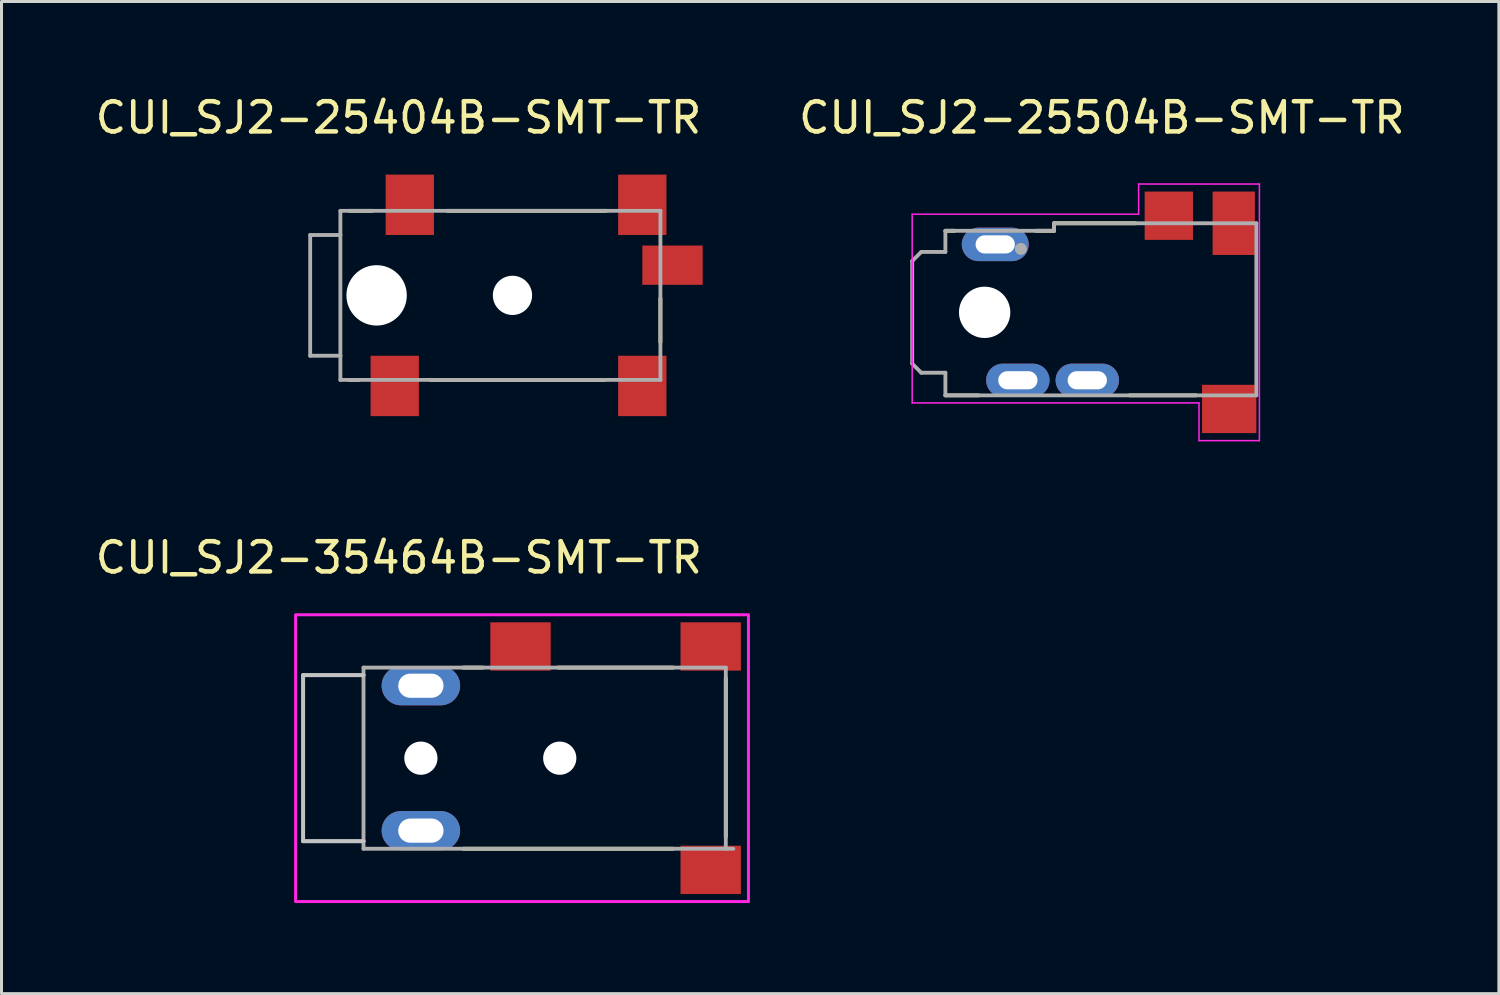
<source format=kicad_pcb>
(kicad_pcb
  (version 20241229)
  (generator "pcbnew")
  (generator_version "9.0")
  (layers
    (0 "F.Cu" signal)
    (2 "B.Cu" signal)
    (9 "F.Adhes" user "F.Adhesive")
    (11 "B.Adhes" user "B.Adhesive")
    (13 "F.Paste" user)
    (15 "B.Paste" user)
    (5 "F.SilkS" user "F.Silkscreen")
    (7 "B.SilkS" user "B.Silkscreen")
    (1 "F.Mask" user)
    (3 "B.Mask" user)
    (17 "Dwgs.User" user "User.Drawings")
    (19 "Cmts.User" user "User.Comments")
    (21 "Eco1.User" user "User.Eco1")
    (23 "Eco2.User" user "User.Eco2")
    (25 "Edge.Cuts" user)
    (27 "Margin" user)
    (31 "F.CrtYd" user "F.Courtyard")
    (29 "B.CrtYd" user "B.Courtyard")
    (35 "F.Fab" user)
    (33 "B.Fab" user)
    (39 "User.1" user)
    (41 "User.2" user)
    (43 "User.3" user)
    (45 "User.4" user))
  (footprint "CUI_SJ2-25504B-SMT-TR"
    (layer "F.Cu")
    (at 33.413 7.295)
    (property "Reference" "CUI_SJ2-25504B-SMT-TR" (at 0.034 -6.447 0) (layer "F.SilkS") (effects (font (size 1 1) (thickness 0.15))))
    (fp_line (start -4.85 -2.7) (end -5.15 -2.7) (stroke (width 0.127) (type solid)) (layer "F.SilkS"))
    (fp_line (start -4.05 2.75) (end -5.15 2.75) (stroke (width 0.127) (type solid)) (layer "F.SilkS"))
    (fp_line (start -1.55 -2.95) (end -1.55 -2.7) (stroke (width 0.127) (type solid)) (layer "F.SilkS"))
    (fp_line (start -1.55 -2.95) (end 1.15 -2.95) (stroke (width 0.127) (type solid)) (layer "F.SilkS"))
    (fp_line (start -1.55 -2.7) (end -2.15 -2.7) (stroke (width 0.127) (type solid)) (layer "F.SilkS"))
    (fp_line (start 3.15 2.75) (end 0.95 2.75) (stroke (width 0.127) (type solid)) (layer "F.SilkS"))
    (fp_line (start -6.25 -3.25) (end 1.25 -3.25) (stroke (width 0.05) (type solid)) (layer "F.CrtYd"))
    (fp_line (start -6.25 3) (end -6.25 -3.25) (stroke (width 0.05) (type solid)) (layer "F.CrtYd"))
    (fp_line (start 1.25 -4.25) (end 5.25 -4.25) (stroke (width 0.05) (type solid)) (layer "F.CrtYd"))
    (fp_line (start 1.25 -3.25) (end 1.25 -4.25) (stroke (width 0.05) (type solid)) (layer "F.CrtYd"))
    (fp_line (start 3.25 3) (end -6.25 3) (stroke (width 0.05) (type solid)) (layer "F.CrtYd"))
    (fp_line (start 3.25 4.25) (end 3.25 3) (stroke (width 0.05) (type solid)) (layer "F.CrtYd"))
    (fp_line (start 5.25 -4.25) (end 5.25 4.25) (stroke (width 0.05) (type solid)) (layer "F.CrtYd"))
    (fp_line (start 5.25 4.25) (end 3.25 4.25) (stroke (width 0.05) (type solid)) (layer "F.CrtYd"))
    (fp_line (start -6.25 -1.7) (end -6.25 1.7) (stroke (width 0.127) (type solid)) (layer "F.Fab"))
    (fp_line (start -6.25 -1.7) (end -5.95 -2) (stroke (width 0.127) (type solid)) (layer "F.Fab"))
    (fp_line (start -5.95 2) (end -6.25 1.7) (stroke (width 0.127) (type solid)) (layer "F.Fab"))
    (fp_line (start -5.95 2) (end -5.15 2) (stroke (width 0.127) (type solid)) (layer "F.Fab"))
    (fp_line (start -5.15 -2) (end -5.95 -2) (stroke (width 0.127) (type solid)) (layer "F.Fab"))
    (fp_line (start -5.15 -2) (end -5.15 -2.7) (stroke (width 0.127) (type solid)) (layer "F.Fab"))
    (fp_line (start -5.15 2.75) (end -5.15 2) (stroke (width 0.127) (type solid)) (layer "F.Fab"))
    (fp_line (start -1.55 -2.95) (end -1.55 -2.7) (stroke (width 0.127) (type solid)) (layer "F.Fab"))
    (fp_line (start -1.55 -2.95) (end 5.15 -2.95) (stroke (width 0.127) (type solid)) (layer "F.Fab"))
    (fp_line (start -1.55 -2.7) (end -5.15 -2.7) (stroke (width 0.127) (type solid)) (layer "F.Fab"))
    (fp_line (start 5.15 -2.95) (end 5.15 2.75) (stroke (width 0.127) (type solid)) (layer "F.Fab"))
    (fp_line (start 5.15 2.75) (end -5.15 2.75) (stroke (width 0.127) (type solid)) (layer "F.Fab"))
    (fp_circle (center -2.65 -2.1) (end -2.55 -2.1) (stroke (width 0.2) (type solid)) (fill no) (layer "F.Fab"))
    (pad "" np_thru_hole circle (at -3.85 0) (size 1.7 1.7) (drill 1.7) (layers "*.Cu" "*.Mask"))
    (pad "1" thru_hole oval (at -3.5 -2.25) (size 2.216 1.108) (drill oval 1.3 0.6) (layers "*.Cu" "F.Mask" "F.Paste") (remove_unused_layers yes) (keep_end_layers yes) (zone_layer_connections))
    (pad "2" smd rect (at 2.25 -3.2) (size 1.6 1.6) (layers "F.Cu" "F.Mask" "F.Paste"))
    (pad "3" thru_hole oval (at -0.45 2.25) (size 2.1 1.1) (drill oval 1.3 0.6) (layers "*.Cu" "F.Mask" "F.Paste") (remove_unused_layers yes) (keep_end_layers yes) (zone_layer_connections))
    (pad "4" thru_hole oval (at -2.75 2.25) (size 2.1 1.1) (drill oval 1.3 0.6) (layers "*.Cu" "F.Mask" "F.Paste") (remove_unused_layers yes) (keep_end_layers yes) (zone_layer_connections))
    (pad "5" smd rect (at 4.25 3.2) (size 1.8 1.6) (layers "F.Cu" "F.Mask" "F.Paste"))
    (pad "10" smd rect (at 4.4 -2.95) (size 1.4 2.1) (layers "F.Cu" "F.Mask" "F.Paste")))
  (footprint "CUI_SJ2-35464B-SMT-TR"
    (layer "F.Cu")
    (at 14.99 22.062)
    (property "Reference" "CUI_SJ2-35464B-SMT-TR" (at -4.83 -6.642 0) (layer "F.SilkS") (effects (font (size 1.001 1.001) (thickness 0.15))))
    (fp_line (start -2.7 -3) (end -2.05 -3) (stroke (width 0.127) (type solid)) (layer "F.SilkS"))
    (fp_line (start 0.45 -3) (end 4.25 -3) (stroke (width 0.127) (type solid)) (layer "F.SilkS"))
    (fp_line (start 4.25 3) (end -2.7 3) (stroke (width 0.127) (type solid)) (layer "F.SilkS"))
    (fp_line (start 6 -2.65) (end 6 2.6) (stroke (width 0.127) (type solid)) (layer "F.SilkS"))
    (fp_line (start -8 -2.75) (end -8 2.75) (stroke (width 0.127) (type solid)) (layer "Dwgs.User"))
    (fp_line (start -8 2.75) (end -6 2.75) (stroke (width 0.127) (type solid)) (layer "Dwgs.User"))
    (fp_line (start -6 -2.75) (end -8 -2.75) (stroke (width 0.127) (type solid)) (layer "Dwgs.User"))
    (fp_rect (start -8.25 -4.75) (end 6.75 4.75) (stroke (width 0.1) (type default)) (fill no) (layer "F.CrtYd"))
    (fp_line (start -8 -2.75) (end -8 2.75) (stroke (width 0.127) (type solid)) (layer "F.Fab"))
    (fp_line (start -8 2.75) (end -6 2.75) (stroke (width 0.127) (type solid)) (layer "F.Fab"))
    (fp_line (start -6 -3) (end 6 -3) (stroke (width 0.127) (type solid)) (layer "F.Fab"))
    (fp_line (start -6 -2.75) (end -8 -2.75) (stroke (width 0.127) (type solid)) (layer "F.Fab"))
    (fp_line (start -6 -2.75) (end -6 -3) (stroke (width 0.127) (type solid)) (layer "F.Fab"))
    (fp_line (start -6 2.75) (end -6 -2.75) (stroke (width 0.127) (type solid)) (layer "F.Fab"))
    (fp_line (start -6 3) (end -6 2.75) (stroke (width 0.127) (type solid)) (layer "F.Fab"))
    (fp_line (start 6 -3) (end 6 3) (stroke (width 0.127) (type solid)) (layer "F.Fab"))
    (fp_line (start 6.25 3) (end -6 3) (stroke (width 0.127) (type solid)) (layer "F.Fab"))
    (pad "" np_thru_hole circle (at -4.1 0) (size 1.1 1.1) (drill 1.1) (layers "*.Cu" "*.Mask"))
    (pad "" np_thru_hole circle (at 0.5 0) (size 1.1 1.1) (drill 1.1) (layers "*.Cu" "*.Mask"))
    (pad "1" thru_hole oval (at -4.1 2.4) (size 2.6 1.3) (drill oval 1.5 0.8) (layers "*.Cu" "F.Mask" "F.Paste") (remove_unused_layers yes) (keep_end_layers yes) (zone_layer_connections))
    (pad "2" smd rect (at 5.5 3.7) (size 2 1.6) (layers "F.Cu" "F.Mask" "F.Paste"))
    (pad "3" smd rect (at -0.8 -3.7) (size 2 1.6) (layers "F.Cu" "F.Mask" "F.Paste"))
    (pad "4" thru_hole oval (at -4.1 -2.4) (size 2.6 1.3) (drill oval 1.5 0.8) (layers "*.Cu" "F.Mask" "F.Paste") (remove_unused_layers yes) (keep_end_layers yes) (zone_layer_connections))
    (pad "10" smd rect (at 5.5 -3.7) (size 2 1.6) (layers "F.Cu" "F.Mask" "F.Paste")))
  (footprint "CUI_SJ2-25404B-SMT-TR"
    (layer "F.Cu")
    (at 13.524 6.733)
    (property "Reference" "CUI_SJ2-25404B-SMT-TR" (at -3.375 -5.885 0) (layer "F.SilkS") (effects (font (size 1 1) (thickness 0.15))))
    (attr smd allow_missing_courtyard)
    (fp_line (start -5 2.8) (end -4.7 2.8) (stroke (width 0.127) (type solid)) (layer "F.SilkS"))
    (fp_line (start -4.25 -2.8) (end -5 -2.8) (stroke (width 0.127) (type solid)) (layer "F.SilkS"))
    (fp_line (start -2.3 2.8) (end 3.45 2.8) (stroke (width 0.127) (type solid)) (layer "F.SilkS"))
    (fp_line (start -1.75 -2.8) (end 3.5 -2.8) (stroke (width 0.127) (type solid)) (layer "F.SilkS"))
    (fp_line (start 5.3 1.55) (end 5.3 0.1) (stroke (width 0.127) (type solid)) (layer "F.SilkS"))
    (fp_line (start -6.3 -2) (end -6.3 2) (stroke (width 0.127) (type solid)) (layer "F.Fab"))
    (fp_line (start -6.3 2) (end -5.3 2) (stroke (width 0.127) (type solid)) (layer "F.Fab"))
    (fp_line (start -5.3 -2.8) (end -5.3 -2) (stroke (width 0.127) (type solid)) (layer "F.Fab"))
    (fp_line (start -5.3 -2) (end -6.3 -2) (stroke (width 0.127) (type solid)) (layer "F.Fab"))
    (fp_line (start -5.3 -2) (end -5.3 2) (stroke (width 0.127) (type solid)) (layer "F.Fab"))
    (fp_line (start -5.3 2) (end -5.3 2.8) (stroke (width 0.127) (type solid)) (layer "F.Fab"))
    (fp_line (start -5.3 2.8) (end 5.3 2.8) (stroke (width 0.127) (type solid)) (layer "F.Fab"))
    (fp_line (start 5.3 -2.8) (end -5.3 -2.8) (stroke (width 0.127) (type solid)) (layer "F.Fab"))
    (fp_line (start 5.3 2.8) (end 5.3 -2.8) (stroke (width 0.127) (type solid)) (layer "F.Fab"))
    (pad "" np_thru_hole circle (at -4.1 0) (size 2 2) (drill 2) (layers "*.Cu" "*.Mask"))
    (pad "" np_thru_hole circle (at 0.4 0) (size 1.3 1.3) (drill 1.5) (layers "*.Cu" "*.Mask"))
    (pad "1" smd rect (at -3.5 3) (size 1.6 2) (layers "F.Cu" "F.Mask" "F.Paste"))
    (pad "2" smd rect (at 4.7 -3) (size 1.6 2) (layers "F.Cu" "F.Mask" "F.Paste"))
    (pad "3" smd rect (at 4.7 3) (size 1.6 2) (layers "F.Cu" "F.Mask" "F.Paste"))
    (pad "4" smd rect (at -3 -3) (size 1.6 2) (layers "F.Cu" "F.Mask" "F.Paste"))
    (pad "10" smd rect (at 5.7 -1) (size 2 1.3) (layers "F.Cu" "F.Mask" "F.Paste")))
  (gr_rect
    (start -3 -3)
    (end 46.595 29.862)
    (stroke (width 0.1) (type default))
    (fill no)
    (layer "Edge.Cuts")))
</source>
